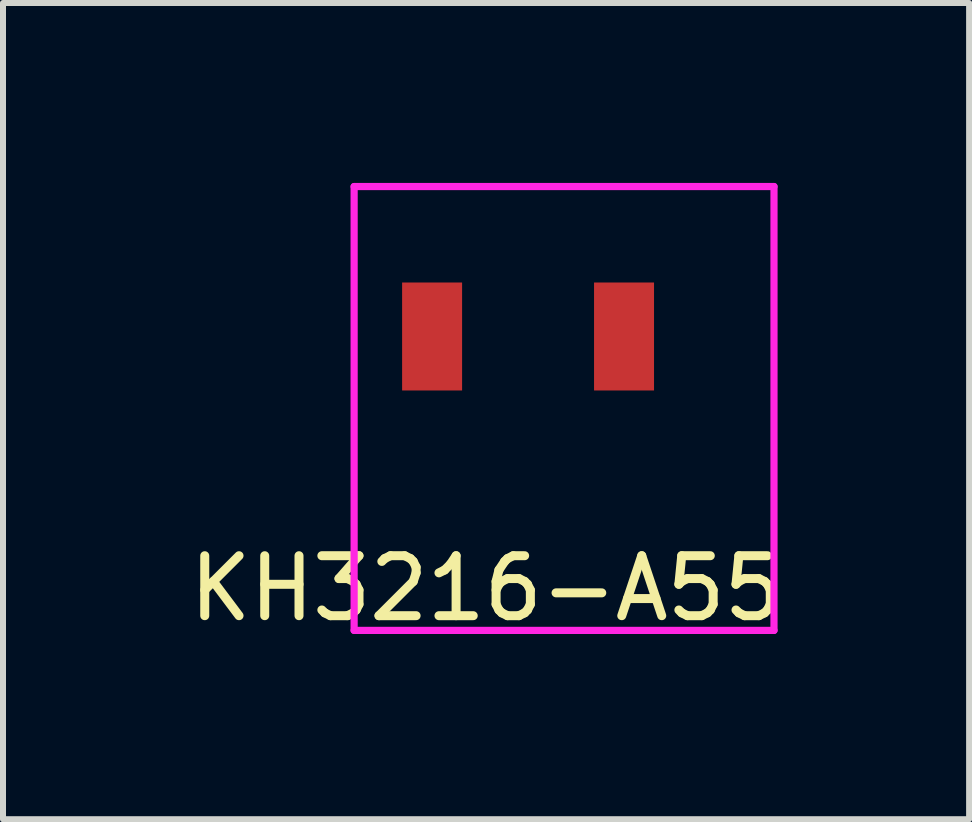
<source format=kicad_pcb>
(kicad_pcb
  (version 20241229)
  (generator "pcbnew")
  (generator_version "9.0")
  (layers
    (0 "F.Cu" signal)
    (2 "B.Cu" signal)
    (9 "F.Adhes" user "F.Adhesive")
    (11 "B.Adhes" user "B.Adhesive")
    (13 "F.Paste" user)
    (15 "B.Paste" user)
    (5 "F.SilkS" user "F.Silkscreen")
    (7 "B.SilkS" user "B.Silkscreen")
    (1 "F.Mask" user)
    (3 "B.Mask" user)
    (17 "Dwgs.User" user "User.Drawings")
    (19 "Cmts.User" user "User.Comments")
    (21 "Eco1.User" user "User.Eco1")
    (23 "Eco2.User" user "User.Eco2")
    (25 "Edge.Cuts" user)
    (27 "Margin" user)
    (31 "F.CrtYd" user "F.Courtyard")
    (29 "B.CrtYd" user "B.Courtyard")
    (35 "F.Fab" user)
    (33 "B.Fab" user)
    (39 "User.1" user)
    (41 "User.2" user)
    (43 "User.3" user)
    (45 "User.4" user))
  (footprint "KH3216-A55"
    (layer "F.Cu")
    (at 5.754 2.56)
    (property "Reference" "KH3216-A55" (at -0.7 4.2 0) (layer "F.SilkS") (effects (font (size 1 1) (thickness 0.15))))
    (attr through_hole)
    (fp_line (start -2.9 4.9) (end -2.9 -2.5) (stroke (width 0.12) (type solid)) (layer "F.CrtYd"))
    (fp_line (start -2.9 4.9) (end 4.1 4.9) (stroke (width 0.12) (type solid)) (layer "F.CrtYd"))
    (fp_line (start 4.1 -2.5) (end -2.9 -2.5) (stroke (width 0.12) (type solid)) (layer "F.CrtYd"))
    (fp_line (start 4.1 -2.5) (end 4.1 4.9) (stroke (width 0.12) (type solid)) (layer "F.CrtYd"))
    (pad "1" smd rect (at 1.6 0) (size 1 1.8) (layers "F.Cu" "F.Mask" "F.Paste"))
    (pad "2" smd rect (at -1.6 0) (size 1 1.8) (layers "F.Cu" "F.Mask" "F.Paste")))
  (gr_rect
    (start -3 -3)
    (end 13.107 10.608)
    (stroke (width 0.1) (type default))
    (fill no)
    (layer "Edge.Cuts")))
</source>
